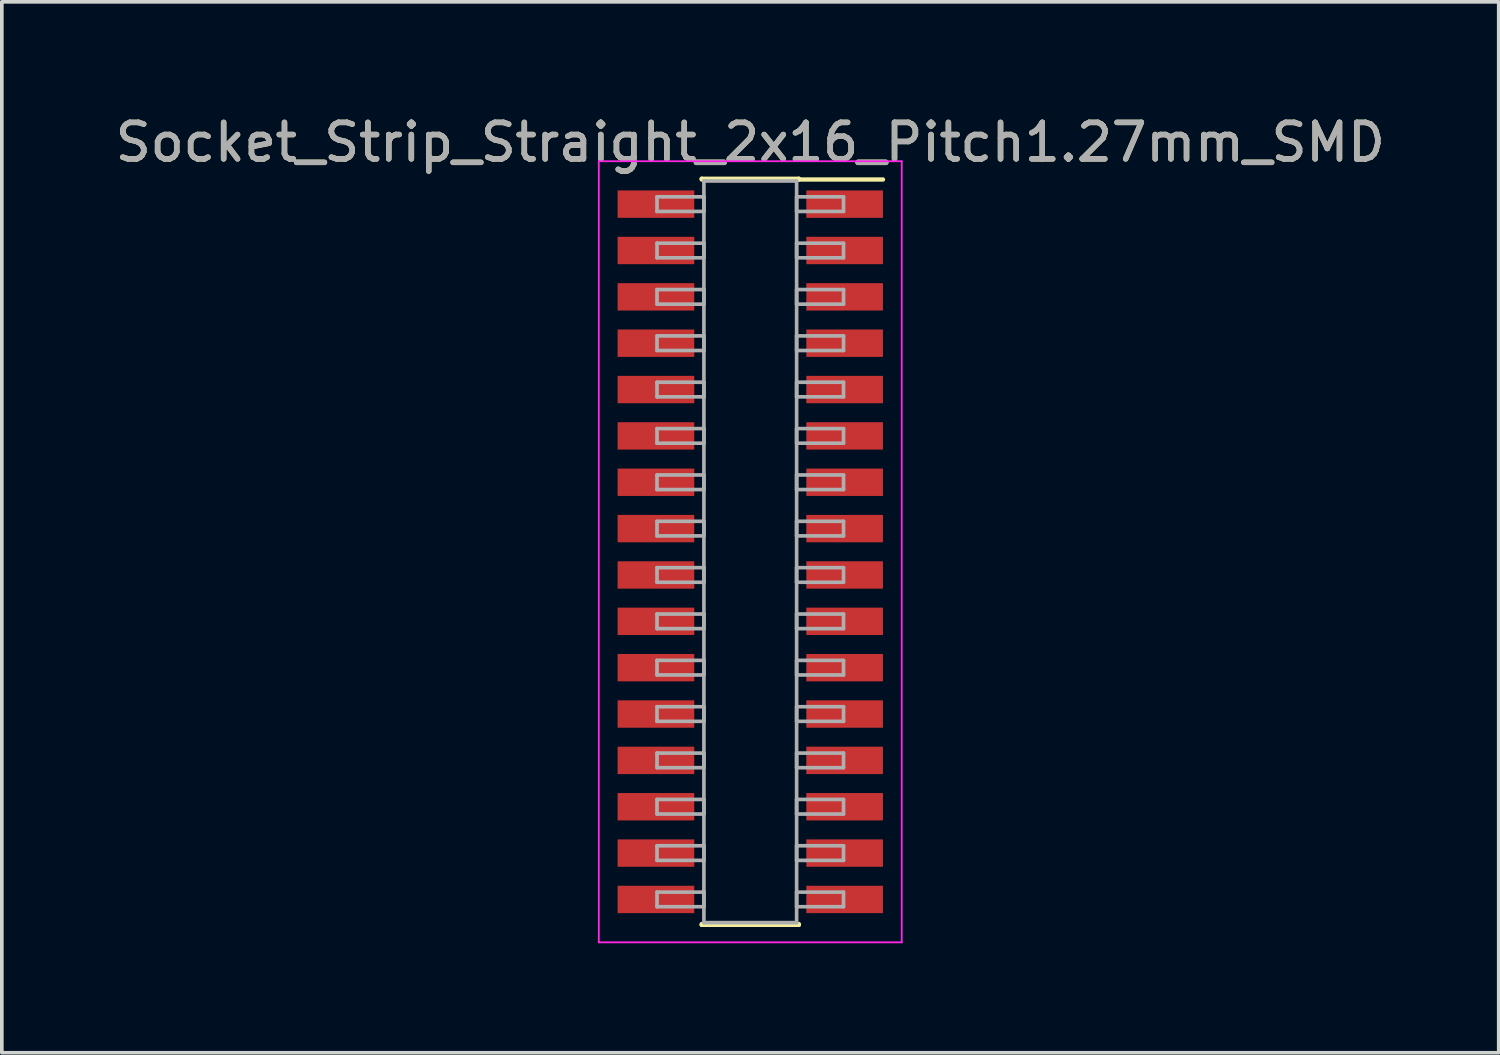
<source format=kicad_pcb>
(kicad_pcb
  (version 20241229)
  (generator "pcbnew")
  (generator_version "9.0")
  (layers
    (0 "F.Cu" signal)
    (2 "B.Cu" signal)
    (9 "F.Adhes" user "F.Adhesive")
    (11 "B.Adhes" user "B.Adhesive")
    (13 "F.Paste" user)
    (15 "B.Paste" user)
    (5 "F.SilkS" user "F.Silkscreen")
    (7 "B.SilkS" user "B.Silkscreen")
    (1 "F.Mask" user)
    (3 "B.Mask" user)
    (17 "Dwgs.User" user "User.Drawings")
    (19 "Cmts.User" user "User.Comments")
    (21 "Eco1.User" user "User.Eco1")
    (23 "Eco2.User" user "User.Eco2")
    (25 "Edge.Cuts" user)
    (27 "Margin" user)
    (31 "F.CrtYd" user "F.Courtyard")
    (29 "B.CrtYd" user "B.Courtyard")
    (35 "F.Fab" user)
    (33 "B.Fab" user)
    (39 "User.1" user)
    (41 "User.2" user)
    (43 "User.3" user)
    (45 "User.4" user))
  (footprint "Socket_Strip_Straight_2x16_Pitch1.27mm_SMD"
    (layer "F.Cu")
    (at 17.506 12.068)
    (property "Reference" "Socket_Strip_Straight_2x16_Pitch1.27mm_SMD" (at 0 -11.22 0) (layer "F.SilkS") (effects (font (size 1 1) (thickness 0.15))))
    (attr smd)
    (fp_line (start -1.33 -10.22) (end 1.33 -10.22) (stroke (width 0.12) (type solid)) (layer "F.SilkS"))
    (fp_line (start -1.33 -10.2) (end -1.33 -10.22) (stroke (width 0.12) (type solid)) (layer "F.SilkS"))
    (fp_line (start -1.33 10.2) (end -1.33 10.22) (stroke (width 0.12) (type solid)) (layer "F.SilkS"))
    (fp_line (start -1.33 10.22) (end 1.33 10.22) (stroke (width 0.12) (type solid)) (layer "F.SilkS"))
    (fp_line (start 1.33 -10.22) (end 1.33 -10.2) (stroke (width 0.12) (type solid)) (layer "F.SilkS"))
    (fp_line (start 1.33 10.22) (end 1.33 10.2) (stroke (width 0.12) (type solid)) (layer "F.SilkS"))
    (fp_line (start 3.635 -10.2) (end 1.33 -10.2) (stroke (width 0.12) (type solid)) (layer "F.SilkS"))
    (fp_line (start -4.15 -10.7) (end -4.15 10.7) (stroke (width 0.05) (type solid)) (layer "F.CrtYd"))
    (fp_line (start -4.15 10.7) (end 4.15 10.7) (stroke (width 0.05) (type solid)) (layer "F.CrtYd"))
    (fp_line (start 4.15 -10.7) (end -4.15 -10.7) (stroke (width 0.05) (type solid)) (layer "F.CrtYd"))
    (fp_line (start 4.15 10.7) (end 4.15 -10.7) (stroke (width 0.05) (type solid)) (layer "F.CrtYd"))
    (fp_line (start -2.555 -9.725) (end -1.27 -9.725) (stroke (width 0.1) (type solid)) (layer "F.Fab"))
    (fp_line (start -2.555 -9.325) (end -2.555 -9.725) (stroke (width 0.1) (type solid)) (layer "F.Fab"))
    (fp_line (start -2.555 -8.455) (end -1.27 -8.455) (stroke (width 0.1) (type solid)) (layer "F.Fab"))
    (fp_line (start -2.555 -8.055) (end -2.555 -8.455) (stroke (width 0.1) (type solid)) (layer "F.Fab"))
    (fp_line (start -2.555 -7.185) (end -1.27 -7.185) (stroke (width 0.1) (type solid)) (layer "F.Fab"))
    (fp_line (start -2.555 -6.785) (end -2.555 -7.185) (stroke (width 0.1) (type solid)) (layer "F.Fab"))
    (fp_line (start -2.555 -5.915) (end -1.27 -5.915) (stroke (width 0.1) (type solid)) (layer "F.Fab"))
    (fp_line (start -2.555 -5.515) (end -2.555 -5.915) (stroke (width 0.1) (type solid)) (layer "F.Fab"))
    (fp_line (start -2.555 -4.645) (end -1.27 -4.645) (stroke (width 0.1) (type solid)) (layer "F.Fab"))
    (fp_line (start -2.555 -4.245) (end -2.555 -4.645) (stroke (width 0.1) (type solid)) (layer "F.Fab"))
    (fp_line (start -2.555 -3.375) (end -1.27 -3.375) (stroke (width 0.1) (type solid)) (layer "F.Fab"))
    (fp_line (start -2.555 -2.975) (end -2.555 -3.375) (stroke (width 0.1) (type solid)) (layer "F.Fab"))
    (fp_line (start -2.555 -2.105) (end -1.27 -2.105) (stroke (width 0.1) (type solid)) (layer "F.Fab"))
    (fp_line (start -2.555 -1.705) (end -2.555 -2.105) (stroke (width 0.1) (type solid)) (layer "F.Fab"))
    (fp_line (start -2.555 -0.835) (end -1.27 -0.835) (stroke (width 0.1) (type solid)) (layer "F.Fab"))
    (fp_line (start -2.555 -0.435) (end -2.555 -0.835) (stroke (width 0.1) (type solid)) (layer "F.Fab"))
    (fp_line (start -2.555 0.435) (end -1.27 0.435) (stroke (width 0.1) (type solid)) (layer "F.Fab"))
    (fp_line (start -2.555 0.835) (end -2.555 0.435) (stroke (width 0.1) (type solid)) (layer "F.Fab"))
    (fp_line (start -2.555 1.705) (end -1.27 1.705) (stroke (width 0.1) (type solid)) (layer "F.Fab"))
    (fp_line (start -2.555 2.105) (end -2.555 1.705) (stroke (width 0.1) (type solid)) (layer "F.Fab"))
    (fp_line (start -2.555 2.975) (end -1.27 2.975) (stroke (width 0.1) (type solid)) (layer "F.Fab"))
    (fp_line (start -2.555 3.375) (end -2.555 2.975) (stroke (width 0.1) (type solid)) (layer "F.Fab"))
    (fp_line (start -2.555 4.245) (end -1.27 4.245) (stroke (width 0.1) (type solid)) (layer "F.Fab"))
    (fp_line (start -2.555 4.645) (end -2.555 4.245) (stroke (width 0.1) (type solid)) (layer "F.Fab"))
    (fp_line (start -2.555 5.515) (end -1.27 5.515) (stroke (width 0.1) (type solid)) (layer "F.Fab"))
    (fp_line (start -2.555 5.915) (end -2.555 5.515) (stroke (width 0.1) (type solid)) (layer "F.Fab"))
    (fp_line (start -2.555 6.785) (end -1.27 6.785) (stroke (width 0.1) (type solid)) (layer "F.Fab"))
    (fp_line (start -2.555 7.185) (end -2.555 6.785) (stroke (width 0.1) (type solid)) (layer "F.Fab"))
    (fp_line (start -2.555 8.055) (end -1.27 8.055) (stroke (width 0.1) (type solid)) (layer "F.Fab"))
    (fp_line (start -2.555 8.455) (end -2.555 8.055) (stroke (width 0.1) (type solid)) (layer "F.Fab"))
    (fp_line (start -2.555 9.325) (end -1.27 9.325) (stroke (width 0.1) (type solid)) (layer "F.Fab"))
    (fp_line (start -2.555 9.725) (end -2.555 9.325) (stroke (width 0.1) (type solid)) (layer "F.Fab"))
    (fp_line (start -1.27 -10.16) (end -1.27 10.16) (stroke (width 0.1) (type solid)) (layer "F.Fab"))
    (fp_line (start -1.27 -9.725) (end -1.27 -9.325) (stroke (width 0.1) (type solid)) (layer "F.Fab"))
    (fp_line (start -1.27 -9.325) (end -2.555 -9.325) (stroke (width 0.1) (type solid)) (layer "F.Fab"))
    (fp_line (start -1.27 -8.455) (end -1.27 -8.055) (stroke (width 0.1) (type solid)) (layer "F.Fab"))
    (fp_line (start -1.27 -8.055) (end -2.555 -8.055) (stroke (width 0.1) (type solid)) (layer "F.Fab"))
    (fp_line (start -1.27 -7.185) (end -1.27 -6.785) (stroke (width 0.1) (type solid)) (layer "F.Fab"))
    (fp_line (start -1.27 -6.785) (end -2.555 -6.785) (stroke (width 0.1) (type solid)) (layer "F.Fab"))
    (fp_line (start -1.27 -5.915) (end -1.27 -5.515) (stroke (width 0.1) (type solid)) (layer "F.Fab"))
    (fp_line (start -1.27 -5.515) (end -2.555 -5.515) (stroke (width 0.1) (type solid)) (layer "F.Fab"))
    (fp_line (start -1.27 -4.645) (end -1.27 -4.245) (stroke (width 0.1) (type solid)) (layer "F.Fab"))
    (fp_line (start -1.27 -4.245) (end -2.555 -4.245) (stroke (width 0.1) (type solid)) (layer "F.Fab"))
    (fp_line (start -1.27 -3.375) (end -1.27 -2.975) (stroke (width 0.1) (type solid)) (layer "F.Fab"))
    (fp_line (start -1.27 -2.975) (end -2.555 -2.975) (stroke (width 0.1) (type solid)) (layer "F.Fab"))
    (fp_line (start -1.27 -2.105) (end -1.27 -1.705) (stroke (width 0.1) (type solid)) (layer "F.Fab"))
    (fp_line (start -1.27 -1.705) (end -2.555 -1.705) (stroke (width 0.1) (type solid)) (layer "F.Fab"))
    (fp_line (start -1.27 -0.835) (end -1.27 -0.435) (stroke (width 0.1) (type solid)) (layer "F.Fab"))
    (fp_line (start -1.27 -0.435) (end -2.555 -0.435) (stroke (width 0.1) (type solid)) (layer "F.Fab"))
    (fp_line (start -1.27 0.435) (end -1.27 0.835) (stroke (width 0.1) (type solid)) (layer "F.Fab"))
    (fp_line (start -1.27 0.835) (end -2.555 0.835) (stroke (width 0.1) (type solid)) (layer "F.Fab"))
    (fp_line (start -1.27 1.705) (end -1.27 2.105) (stroke (width 0.1) (type solid)) (layer "F.Fab"))
    (fp_line (start -1.27 2.105) (end -2.555 2.105) (stroke (width 0.1) (type solid)) (layer "F.Fab"))
    (fp_line (start -1.27 2.975) (end -1.27 3.375) (stroke (width 0.1) (type solid)) (layer "F.Fab"))
    (fp_line (start -1.27 3.375) (end -2.555 3.375) (stroke (width 0.1) (type solid)) (layer "F.Fab"))
    (fp_line (start -1.27 4.245) (end -1.27 4.645) (stroke (width 0.1) (type solid)) (layer "F.Fab"))
    (fp_line (start -1.27 4.645) (end -2.555 4.645) (stroke (width 0.1) (type solid)) (layer "F.Fab"))
    (fp_line (start -1.27 5.515) (end -1.27 5.915) (stroke (width 0.1) (type solid)) (layer "F.Fab"))
    (fp_line (start -1.27 5.915) (end -2.555 5.915) (stroke (width 0.1) (type solid)) (layer "F.Fab"))
    (fp_line (start -1.27 6.785) (end -1.27 7.185) (stroke (width 0.1) (type solid)) (layer "F.Fab"))
    (fp_line (start -1.27 7.185) (end -2.555 7.185) (stroke (width 0.1) (type solid)) (layer "F.Fab"))
    (fp_line (start -1.27 8.055) (end -1.27 8.455) (stroke (width 0.1) (type solid)) (layer "F.Fab"))
    (fp_line (start -1.27 8.455) (end -2.555 8.455) (stroke (width 0.1) (type solid)) (layer "F.Fab"))
    (fp_line (start -1.27 9.325) (end -1.27 9.725) (stroke (width 0.1) (type solid)) (layer "F.Fab"))
    (fp_line (start -1.27 9.725) (end -2.555 9.725) (stroke (width 0.1) (type solid)) (layer "F.Fab"))
    (fp_line (start -1.27 10.16) (end 1.27 10.16) (stroke (width 0.1) (type solid)) (layer "F.Fab"))
    (fp_line (start 1.27 -10.16) (end -1.27 -10.16) (stroke (width 0.1) (type solid)) (layer "F.Fab"))
    (fp_line (start 1.27 -9.725) (end 1.27 -9.325) (stroke (width 0.1) (type solid)) (layer "F.Fab"))
    (fp_line (start 1.27 -9.325) (end 2.555 -9.325) (stroke (width 0.1) (type solid)) (layer "F.Fab"))
    (fp_line (start 1.27 -8.455) (end 1.27 -8.055) (stroke (width 0.1) (type solid)) (layer "F.Fab"))
    (fp_line (start 1.27 -8.055) (end 2.555 -8.055) (stroke (width 0.1) (type solid)) (layer "F.Fab"))
    (fp_line (start 1.27 -7.185) (end 1.27 -6.785) (stroke (width 0.1) (type solid)) (layer "F.Fab"))
    (fp_line (start 1.27 -6.785) (end 2.555 -6.785) (stroke (width 0.1) (type solid)) (layer "F.Fab"))
    (fp_line (start 1.27 -5.915) (end 1.27 -5.515) (stroke (width 0.1) (type solid)) (layer "F.Fab"))
    (fp_line (start 1.27 -5.515) (end 2.555 -5.515) (stroke (width 0.1) (type solid)) (layer "F.Fab"))
    (fp_line (start 1.27 -4.645) (end 1.27 -4.245) (stroke (width 0.1) (type solid)) (layer "F.Fab"))
    (fp_line (start 1.27 -4.245) (end 2.555 -4.245) (stroke (width 0.1) (type solid)) (layer "F.Fab"))
    (fp_line (start 1.27 -3.375) (end 1.27 -2.975) (stroke (width 0.1) (type solid)) (layer "F.Fab"))
    (fp_line (start 1.27 -2.975) (end 2.555 -2.975) (stroke (width 0.1) (type solid)) (layer "F.Fab"))
    (fp_line (start 1.27 -2.105) (end 1.27 -1.705) (stroke (width 0.1) (type solid)) (layer "F.Fab"))
    (fp_line (start 1.27 -1.705) (end 2.555 -1.705) (stroke (width 0.1) (type solid)) (layer "F.Fab"))
    (fp_line (start 1.27 -0.835) (end 1.27 -0.435) (stroke (width 0.1) (type solid)) (layer "F.Fab"))
    (fp_line (start 1.27 -0.435) (end 2.555 -0.435) (stroke (width 0.1) (type solid)) (layer "F.Fab"))
    (fp_line (start 1.27 0.435) (end 1.27 0.835) (stroke (width 0.1) (type solid)) (layer "F.Fab"))
    (fp_line (start 1.27 0.835) (end 2.555 0.835) (stroke (width 0.1) (type solid)) (layer "F.Fab"))
    (fp_line (start 1.27 1.705) (end 1.27 2.105) (stroke (width 0.1) (type solid)) (layer "F.Fab"))
    (fp_line (start 1.27 2.105) (end 2.555 2.105) (stroke (width 0.1) (type solid)) (layer "F.Fab"))
    (fp_line (start 1.27 2.975) (end 1.27 3.375) (stroke (width 0.1) (type solid)) (layer "F.Fab"))
    (fp_line (start 1.27 3.375) (end 2.555 3.375) (stroke (width 0.1) (type solid)) (layer "F.Fab"))
    (fp_line (start 1.27 4.245) (end 1.27 4.645) (stroke (width 0.1) (type solid)) (layer "F.Fab"))
    (fp_line (start 1.27 4.645) (end 2.555 4.645) (stroke (width 0.1) (type solid)) (layer "F.Fab"))
    (fp_line (start 1.27 5.515) (end 1.27 5.915) (stroke (width 0.1) (type solid)) (layer "F.Fab"))
    (fp_line (start 1.27 5.915) (end 2.555 5.915) (stroke (width 0.1) (type solid)) (layer "F.Fab"))
    (fp_line (start 1.27 6.785) (end 1.27 7.185) (stroke (width 0.1) (type solid)) (layer "F.Fab"))
    (fp_line (start 1.27 7.185) (end 2.555 7.185) (stroke (width 0.1) (type solid)) (layer "F.Fab"))
    (fp_line (start 1.27 8.055) (end 1.27 8.455) (stroke (width 0.1) (type solid)) (layer "F.Fab"))
    (fp_line (start 1.27 8.455) (end 2.555 8.455) (stroke (width 0.1) (type solid)) (layer "F.Fab"))
    (fp_line (start 1.27 9.325) (end 1.27 9.725) (stroke (width 0.1) (type solid)) (layer "F.Fab"))
    (fp_line (start 1.27 9.725) (end 2.555 9.725) (stroke (width 0.1) (type solid)) (layer "F.Fab"))
    (fp_line (start 1.27 10.16) (end 1.27 -10.16) (stroke (width 0.1) (type solid)) (layer "F.Fab"))
    (fp_line (start 2.555 -9.725) (end 1.27 -9.725) (stroke (width 0.1) (type solid)) (layer "F.Fab"))
    (fp_line (start 2.555 -9.325) (end 2.555 -9.725) (stroke (width 0.1) (type solid)) (layer "F.Fab"))
    (fp_line (start 2.555 -8.455) (end 1.27 -8.455) (stroke (width 0.1) (type solid)) (layer "F.Fab"))
    (fp_line (start 2.555 -8.055) (end 2.555 -8.455) (stroke (width 0.1) (type solid)) (layer "F.Fab"))
    (fp_line (start 2.555 -7.185) (end 1.27 -7.185) (stroke (width 0.1) (type solid)) (layer "F.Fab"))
    (fp_line (start 2.555 -6.785) (end 2.555 -7.185) (stroke (width 0.1) (type solid)) (layer "F.Fab"))
    (fp_line (start 2.555 -5.915) (end 1.27 -5.915) (stroke (width 0.1) (type solid)) (layer "F.Fab"))
    (fp_line (start 2.555 -5.515) (end 2.555 -5.915) (stroke (width 0.1) (type solid)) (layer "F.Fab"))
    (fp_line (start 2.555 -4.645) (end 1.27 -4.645) (stroke (width 0.1) (type solid)) (layer "F.Fab"))
    (fp_line (start 2.555 -4.245) (end 2.555 -4.645) (stroke (width 0.1) (type solid)) (layer "F.Fab"))
    (fp_line (start 2.555 -3.375) (end 1.27 -3.375) (stroke (width 0.1) (type solid)) (layer "F.Fab"))
    (fp_line (start 2.555 -2.975) (end 2.555 -3.375) (stroke (width 0.1) (type solid)) (layer "F.Fab"))
    (fp_line (start 2.555 -2.105) (end 1.27 -2.105) (stroke (width 0.1) (type solid)) (layer "F.Fab"))
    (fp_line (start 2.555 -1.705) (end 2.555 -2.105) (stroke (width 0.1) (type solid)) (layer "F.Fab"))
    (fp_line (start 2.555 -0.835) (end 1.27 -0.835) (stroke (width 0.1) (type solid)) (layer "F.Fab"))
    (fp_line (start 2.555 -0.435) (end 2.555 -0.835) (stroke (width 0.1) (type solid)) (layer "F.Fab"))
    (fp_line (start 2.555 0.435) (end 1.27 0.435) (stroke (width 0.1) (type solid)) (layer "F.Fab"))
    (fp_line (start 2.555 0.835) (end 2.555 0.435) (stroke (width 0.1) (type solid)) (layer "F.Fab"))
    (fp_line (start 2.555 1.705) (end 1.27 1.705) (stroke (width 0.1) (type solid)) (layer "F.Fab"))
    (fp_line (start 2.555 2.105) (end 2.555 1.705) (stroke (width 0.1) (type solid)) (layer "F.Fab"))
    (fp_line (start 2.555 2.975) (end 1.27 2.975) (stroke (width 0.1) (type solid)) (layer "F.Fab"))
    (fp_line (start 2.555 3.375) (end 2.555 2.975) (stroke (width 0.1) (type solid)) (layer "F.Fab"))
    (fp_line (start 2.555 4.245) (end 1.27 4.245) (stroke (width 0.1) (type solid)) (layer "F.Fab"))
    (fp_line (start 2.555 4.645) (end 2.555 4.245) (stroke (width 0.1) (type solid)) (layer "F.Fab"))
    (fp_line (start 2.555 5.515) (end 1.27 5.515) (stroke (width 0.1) (type solid)) (layer "F.Fab"))
    (fp_line (start 2.555 5.915) (end 2.555 5.515) (stroke (width 0.1) (type solid)) (layer "F.Fab"))
    (fp_line (start 2.555 6.785) (end 1.27 6.785) (stroke (width 0.1) (type solid)) (layer "F.Fab"))
    (fp_line (start 2.555 7.185) (end 2.555 6.785) (stroke (width 0.1) (type solid)) (layer "F.Fab"))
    (fp_line (start 2.555 8.055) (end 1.27 8.055) (stroke (width 0.1) (type solid)) (layer "F.Fab"))
    (fp_line (start 2.555 8.455) (end 2.555 8.055) (stroke (width 0.1) (type solid)) (layer "F.Fab"))
    (fp_line (start 2.555 9.325) (end 1.27 9.325) (stroke (width 0.1) (type solid)) (layer "F.Fab"))
    (fp_line (start 2.555 9.725) (end 2.555 9.325) (stroke (width 0.1) (type solid)) (layer "F.Fab"))
    (fp_text user "${REFERENCE}" (at 0 -11.22 0) (layer "F.Fab") (effects (font (size 1 1) (thickness 0.15))))
    (pad "1" smd rect (at 2.585 -9.525) (size 2.1 0.75) (layers "F.Cu" "F.Mask" "F.Paste"))
    (pad "2" smd rect (at -2.585 -9.525) (size 2.1 0.75) (layers "F.Cu" "F.Mask" "F.Paste"))
    (pad "3" smd rect (at 2.585 -8.255) (size 2.1 0.75) (layers "F.Cu" "F.Mask" "F.Paste"))
    (pad "4" smd rect (at -2.585 -8.255) (size 2.1 0.75) (layers "F.Cu" "F.Mask" "F.Paste"))
    (pad "5" smd rect (at 2.585 -6.985) (size 2.1 0.75) (layers "F.Cu" "F.Mask" "F.Paste"))
    (pad "6" smd rect (at -2.585 -6.985) (size 2.1 0.75) (layers "F.Cu" "F.Mask" "F.Paste"))
    (pad "7" smd rect (at 2.585 -5.715) (size 2.1 0.75) (layers "F.Cu" "F.Mask" "F.Paste"))
    (pad "8" smd rect (at -2.585 -5.715) (size 2.1 0.75) (layers "F.Cu" "F.Mask" "F.Paste"))
    (pad "9" smd rect (at 2.585 -4.445) (size 2.1 0.75) (layers "F.Cu" "F.Mask" "F.Paste"))
    (pad "10" smd rect (at -2.585 -4.445) (size 2.1 0.75) (layers "F.Cu" "F.Mask" "F.Paste"))
    (pad "11" smd rect (at 2.585 -3.175) (size 2.1 0.75) (layers "F.Cu" "F.Mask" "F.Paste"))
    (pad "12" smd rect (at -2.585 -3.175) (size 2.1 0.75) (layers "F.Cu" "F.Mask" "F.Paste"))
    (pad "13" smd rect (at 2.585 -1.905) (size 2.1 0.75) (layers "F.Cu" "F.Mask" "F.Paste"))
    (pad "14" smd rect (at -2.585 -1.905) (size 2.1 0.75) (layers "F.Cu" "F.Mask" "F.Paste"))
    (pad "15" smd rect (at 2.585 -0.635) (size 2.1 0.75) (layers "F.Cu" "F.Mask" "F.Paste"))
    (pad "16" smd rect (at -2.585 -0.635) (size 2.1 0.75) (layers "F.Cu" "F.Mask" "F.Paste"))
    (pad "17" smd rect (at 2.585 0.635) (size 2.1 0.75) (layers "F.Cu" "F.Mask" "F.Paste"))
    (pad "18" smd rect (at -2.585 0.635) (size 2.1 0.75) (layers "F.Cu" "F.Mask" "F.Paste"))
    (pad "19" smd rect (at 2.585 1.905) (size 2.1 0.75) (layers "F.Cu" "F.Mask" "F.Paste"))
    (pad "20" smd rect (at -2.585 1.905) (size 2.1 0.75) (layers "F.Cu" "F.Mask" "F.Paste"))
    (pad "21" smd rect (at 2.585 3.175) (size 2.1 0.75) (layers "F.Cu" "F.Mask" "F.Paste"))
    (pad "22" smd rect (at -2.585 3.175) (size 2.1 0.75) (layers "F.Cu" "F.Mask" "F.Paste"))
    (pad "23" smd rect (at 2.585 4.445) (size 2.1 0.75) (layers "F.Cu" "F.Mask" "F.Paste"))
    (pad "24" smd rect (at -2.585 4.445) (size 2.1 0.75) (layers "F.Cu" "F.Mask" "F.Paste"))
    (pad "25" smd rect (at 2.585 5.715) (size 2.1 0.75) (layers "F.Cu" "F.Mask" "F.Paste"))
    (pad "26" smd rect (at -2.585 5.715) (size 2.1 0.75) (layers "F.Cu" "F.Mask" "F.Paste"))
    (pad "27" smd rect (at 2.585 6.985) (size 2.1 0.75) (layers "F.Cu" "F.Mask" "F.Paste"))
    (pad "28" smd rect (at -2.585 6.985) (size 2.1 0.75) (layers "F.Cu" "F.Mask" "F.Paste"))
    (pad "29" smd rect (at 2.585 8.255) (size 2.1 0.75) (layers "F.Cu" "F.Mask" "F.Paste"))
    (pad "30" smd rect (at -2.585 8.255) (size 2.1 0.75) (layers "F.Cu" "F.Mask" "F.Paste"))
    (pad "31" smd rect (at 2.585 9.525) (size 2.1 0.75) (layers "F.Cu" "F.Mask" "F.Paste"))
    (pad "32" smd rect (at -2.585 9.525) (size 2.1 0.75) (layers "F.Cu" "F.Mask" "F.Paste")))
  (gr_rect
    (start -3 -3)
    (end 38.012 25.793)
    (stroke (width 0.1) (type default))
    (fill no)
    (layer "Edge.Cuts")))
</source>
